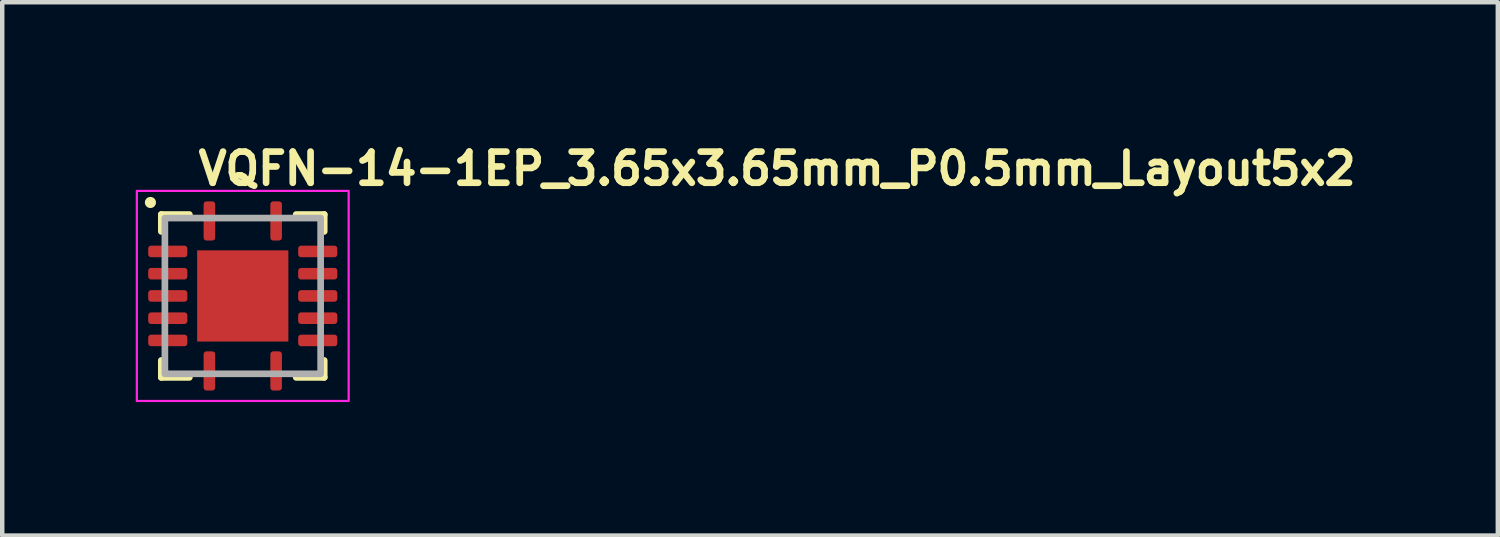
<source format=kicad_pcb>
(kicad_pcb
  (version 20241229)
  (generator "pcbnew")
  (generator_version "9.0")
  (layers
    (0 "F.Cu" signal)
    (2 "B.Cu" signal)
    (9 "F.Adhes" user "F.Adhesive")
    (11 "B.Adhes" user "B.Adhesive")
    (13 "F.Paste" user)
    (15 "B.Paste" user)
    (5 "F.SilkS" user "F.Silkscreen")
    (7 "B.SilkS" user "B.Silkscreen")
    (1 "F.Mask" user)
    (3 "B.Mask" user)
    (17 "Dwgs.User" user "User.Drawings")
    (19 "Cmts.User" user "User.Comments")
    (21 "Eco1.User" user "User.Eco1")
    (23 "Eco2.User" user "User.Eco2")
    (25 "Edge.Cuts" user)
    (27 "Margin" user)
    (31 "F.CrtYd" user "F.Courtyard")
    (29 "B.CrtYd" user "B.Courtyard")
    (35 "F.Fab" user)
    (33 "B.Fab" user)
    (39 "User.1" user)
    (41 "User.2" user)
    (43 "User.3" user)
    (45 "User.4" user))
  (footprint "VQFN-14-1EP_3.65x3.65mm_P0.5mm_Layout5x2"
    (layer "F.Cu")
    (at 2.405 3.6)
    (property "Reference" "VQFN-14-1EP_3.65x3.65mm_P0.5mm_Layout5x2" (at -1.075 -2.45 0) (layer "F.SilkS") (effects (font (size 0.7 0.7) (thickness 0.15)) (justify left bottom)))
    (attr smd)
    (fp_line (start -1.83 -1.83) (end -1.83 -1.45) (stroke (width 0.15) (type solid)) (layer "F.SilkS"))
    (fp_line (start -1.83 -1.83) (end -1.2 -1.83) (stroke (width 0.15) (type solid)) (layer "F.SilkS"))
    (fp_line (start -1.83 1.45) (end -1.83 1.83) (stroke (width 0.15) (type solid)) (layer "F.SilkS"))
    (fp_line (start -1.83 1.83) (end -1.2 1.83) (stroke (width 0.15) (type solid)) (layer "F.SilkS"))
    (fp_line (start 1.2 -1.83) (end 1.83 -1.83) (stroke (width 0.15) (type solid)) (layer "F.SilkS"))
    (fp_line (start 1.2 1.83) (end 1.83 1.83) (stroke (width 0.15) (type solid)) (layer "F.SilkS"))
    (fp_line (start 1.83 -1.83) (end 1.83 -1.45) (stroke (width 0.15) (type solid)) (layer "F.SilkS"))
    (fp_line (start 1.83 1.45) (end 1.83 1.83) (stroke (width 0.15) (type solid)) (layer "F.SilkS"))
    (fp_circle (center -2.075 -2.1) (end -2.025 -2.1) (stroke (width 0.15) (type solid)) (fill yes) (layer "F.SilkS"))
    (fp_poly (pts (xy -0.83 -0.83) (xy -0.1 -0.83) (xy -0.1 -0.1) (xy -0.83 -0.1)) (stroke (width 0.01) (type solid)) (fill yes) (layer "F.Paste"))
    (fp_poly (pts (xy -0.83 0.1) (xy -0.1 0.1) (xy -0.1 0.83) (xy -0.83 0.83)) (stroke (width 0.01) (type solid)) (fill yes) (layer "F.Paste"))
    (fp_poly (pts (xy 0.1 -0.83) (xy 0.83 -0.83) (xy 0.83 -0.1) (xy 0.1 -0.1)) (stroke (width 0.01) (type solid)) (fill yes) (layer "F.Paste"))
    (fp_poly (pts (xy 0.1 0.1) (xy 0.83 0.1) (xy 0.83 0.83) (xy 0.1 0.83)) (stroke (width 0.01) (type solid)) (fill yes) (layer "F.Paste"))
    (fp_rect (start -2.38 -2.36) (end 2.38 2.36) (stroke (width 0.05) (type solid)) (fill no) (layer "F.CrtYd"))
    (fp_rect (start -1.75 -1.75) (end 1.75 1.75) (stroke (width 0.15) (type solid)) (fill no) (layer "F.Fab"))
    (fp_rect (start -1.75 -1.75) (end 1.75 1.75) (stroke (width 0.1) (type solid)) (fill no) (layer "User.5"))
    (fp_line (start -1.75 -1.75) (end -1.75 1.75) (stroke (width 0.02) (type solid)) (layer "User.9"))
    (fp_line (start -1.75 1.75) (end 1.75 1.75) (stroke (width 0.02) (type solid)) (layer "User.9"))
    (fp_line (start 1.75 -1.75) (end -1.75 -1.75) (stroke (width 0.02) (type solid)) (layer "User.9"))
    (fp_line (start 1.75 1.75) (end 1.75 -1.75) (stroke (width 0.02) (type solid)) (layer "User.9"))
    (pad "1" smd roundrect (at -0.75 -1.685 270) (size 0.88 0.26) (layers "F.Cu" "F.Mask" "F.Paste") (roundrect_rratio 0.25))
    (pad "2" smd roundrect (at -1.685 -1) (size 0.88 0.26) (layers "F.Cu" "F.Mask" "F.Paste") (roundrect_rratio 0.25))
    (pad "3" smd roundrect (at -1.685 -0.5) (size 0.88 0.26) (layers "F.Cu" "F.Mask" "F.Paste") (roundrect_rratio 0.25))
    (pad "4" smd roundrect (at -1.685 0) (size 0.88 0.26) (layers "F.Cu" "F.Mask" "F.Paste") (roundrect_rratio 0.25))
    (pad "5" smd roundrect (at -1.685 0.5) (size 0.88 0.26) (layers "F.Cu" "F.Mask" "F.Paste") (roundrect_rratio 0.25))
    (pad "6" smd roundrect (at -1.685 1) (size 0.88 0.26) (layers "F.Cu" "F.Mask" "F.Paste") (roundrect_rratio 0.25))
    (pad "7" smd roundrect (at -0.75 1.685 270) (size 0.88 0.26) (layers "F.Cu" "F.Mask" "F.Paste") (roundrect_rratio 0.25))
    (pad "8" smd roundrect (at 0.75 1.685 270) (size 0.88 0.26) (layers "F.Cu" "F.Mask" "F.Paste") (roundrect_rratio 0.25))
    (pad "9" smd roundrect (at 1.685 1) (size 0.88 0.26) (layers "F.Cu" "F.Mask" "F.Paste") (roundrect_rratio 0.25))
    (pad "10" smd roundrect (at 1.685 0.5) (size 0.88 0.26) (layers "F.Cu" "F.Mask" "F.Paste") (roundrect_rratio 0.25))
    (pad "11" smd roundrect (at 1.685 0) (size 0.88 0.26) (layers "F.Cu" "F.Mask" "F.Paste") (roundrect_rratio 0.25))
    (pad "12" smd roundrect (at 1.685 -0.5) (size 0.88 0.26) (layers "F.Cu" "F.Mask" "F.Paste") (roundrect_rratio 0.25))
    (pad "13" smd roundrect (at 1.685 -1) (size 0.88 0.26) (layers "F.Cu" "F.Mask" "F.Paste") (roundrect_rratio 0.25))
    (pad "14" smd roundrect (at 0.75 -1.685 270) (size 0.88 0.26) (layers "F.Cu" "F.Mask" "F.Paste") (roundrect_rratio 0.25))
    (pad "15" smd rect (at 0 0 180) (size 2.05 2.05) (layers "F.Cu" "F.Mask")))
  (gr_rect
    (start -3 -3)
    (end 30.607 8.985)
    (stroke (width 0.1) (type default))
    (fill no)
    (layer "Edge.Cuts")))
</source>
